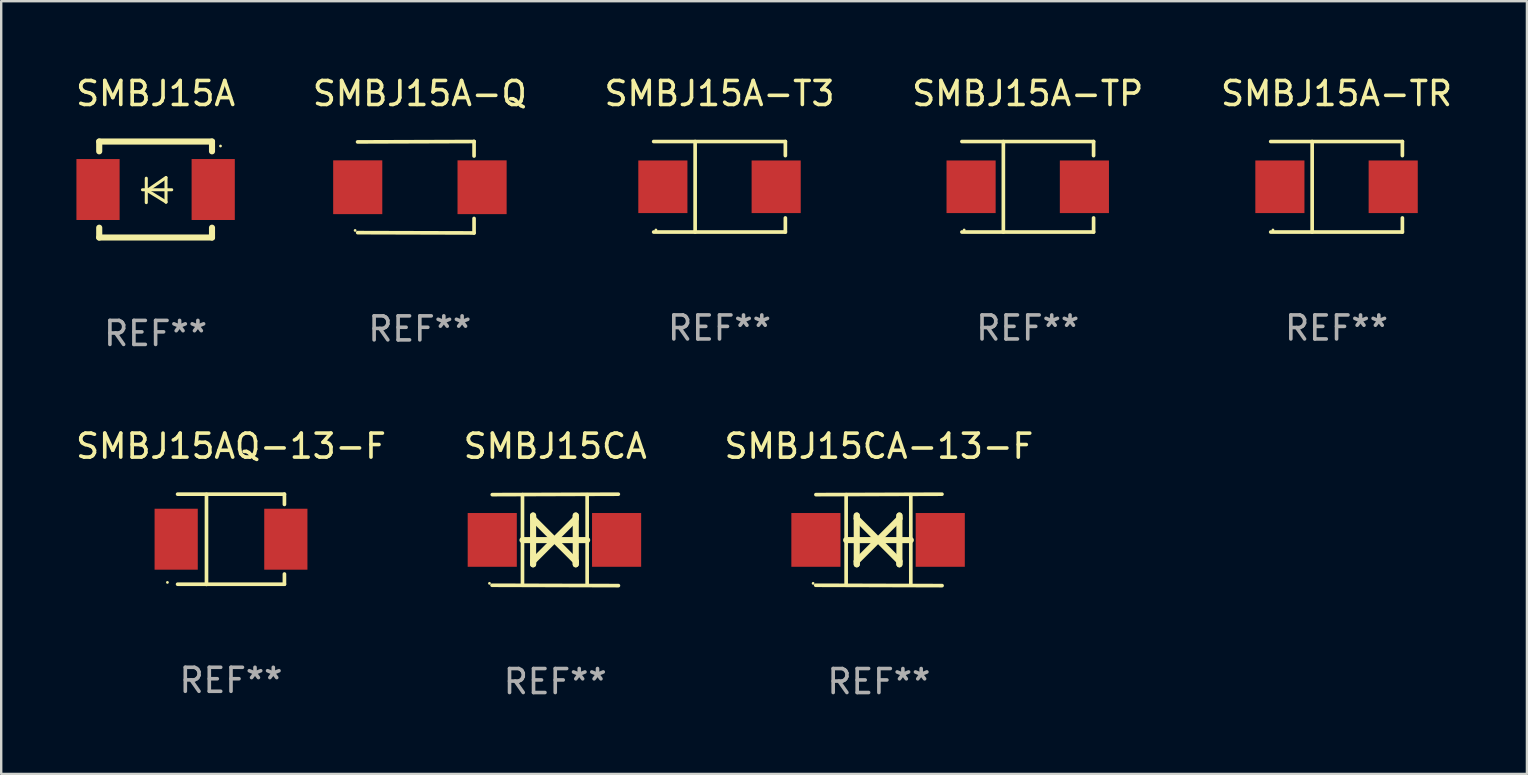
<source format=kicad_pcb>
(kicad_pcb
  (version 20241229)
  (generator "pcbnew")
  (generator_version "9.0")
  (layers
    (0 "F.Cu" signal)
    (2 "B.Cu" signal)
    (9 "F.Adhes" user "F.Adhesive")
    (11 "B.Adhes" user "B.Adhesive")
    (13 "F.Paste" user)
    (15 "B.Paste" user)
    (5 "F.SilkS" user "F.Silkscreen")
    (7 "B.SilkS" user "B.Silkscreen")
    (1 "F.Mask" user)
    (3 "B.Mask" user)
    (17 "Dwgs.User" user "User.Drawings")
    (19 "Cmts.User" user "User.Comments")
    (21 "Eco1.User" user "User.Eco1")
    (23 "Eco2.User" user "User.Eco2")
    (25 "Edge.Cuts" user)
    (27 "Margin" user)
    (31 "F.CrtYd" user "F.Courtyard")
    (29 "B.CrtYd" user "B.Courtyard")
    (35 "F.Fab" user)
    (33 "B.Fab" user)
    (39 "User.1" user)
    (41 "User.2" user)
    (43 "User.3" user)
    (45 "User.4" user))
  (footprint "SMBJ15A-TP"
    (layer "F.Cu")
    (at 39.78 4.734)
    (property "Reference" "SMBJ15A-TP" (at 0 -3.886 0) (layer "F.SilkS") (effects (font (size 1 1) (thickness 0.15))))
    (attr through_hole)
    (fp_line (start -2.744 -1.886) (end 2.744 -1.886) (stroke (width 0.152) (type solid)) (layer "F.SilkS"))
    (fp_line (start -2.744 1.886) (end 2.744 1.886) (stroke (width 0.152) (type solid)) (layer "F.SilkS"))
    (fp_line (start -1.016 -1.886) (end -1.016 1.886) (stroke (width 0.152) (type solid)) (layer "F.SilkS"))
    (fp_line (start 2.744 -1.886) (end 2.744 -1.299) (stroke (width 0.152) (type solid)) (layer "F.SilkS"))
    (fp_line (start 2.744 1.886) (end 2.744 1.299) (stroke (width 0.152) (type solid)) (layer "F.SilkS"))
    (fp_circle (center -2.65 1.8) (end -2.62 1.8) (stroke (width 0.06) (type solid)) (fill no) (layer "F.SilkS"))
    (fp_text user "REF**" (at 0 5.886 0) (layer "F.Fab") (effects (font (size 1 1) (thickness 0.15))))
    (pad "1" smd rect (at -2.361 0) (size 2.047 2.192) (layers "F.Cu" "F.Mask" "F.Paste"))
    (pad "2" smd rect (at 2.361 0) (size 2.047 2.192) (layers "F.Cu" "F.Mask" "F.Paste")))
  (footprint "SMBJ15A-T3"
    (layer "F.Cu")
    (at 26.935 4.734)
    (property "Reference" "SMBJ15A-T3" (at 0 -3.886 0) (layer "F.SilkS") (effects (font (size 1 1) (thickness 0.15))))
    (attr through_hole)
    (fp_line (start -2.744 -1.886) (end 2.744 -1.886) (stroke (width 0.152) (type solid)) (layer "F.SilkS"))
    (fp_line (start -2.744 1.886) (end 2.744 1.886) (stroke (width 0.152) (type solid)) (layer "F.SilkS"))
    (fp_line (start -1.016 -1.886) (end -1.016 1.886) (stroke (width 0.152) (type solid)) (layer "F.SilkS"))
    (fp_line (start 2.744 -1.886) (end 2.744 -1.299) (stroke (width 0.152) (type solid)) (layer "F.SilkS"))
    (fp_line (start 2.744 1.886) (end 2.744 1.299) (stroke (width 0.152) (type solid)) (layer "F.SilkS"))
    (fp_circle (center -2.65 1.8) (end -2.62 1.8) (stroke (width 0.06) (type solid)) (fill no) (layer "F.SilkS"))
    (fp_text user "REF**" (at 0 5.886 0) (layer "F.Fab") (effects (font (size 1 1) (thickness 0.15))))
    (pad "1" smd rect (at -2.361 0) (size 2.047 2.192) (layers "F.Cu" "F.Mask" "F.Paste"))
    (pad "2" smd rect (at 2.361 0) (size 2.047 2.192) (layers "F.Cu" "F.Mask" "F.Paste")))
  (footprint "SMBJ15A-Q"
    (layer "F.Cu")
    (at 14.446 4.753)
    (property "Reference" "SMBJ15A-Q" (at 0 -3.905 0) (layer "F.SilkS") (effects (font (size 1 1) (thickness 0.15))))
    (attr through_hole)
    (fp_line (start 2.256 -1.905) (end -2.594 -1.889) (stroke (width 0.152) (type solid)) (layer "F.SilkS"))
    (fp_line (start 2.256 -1.905) (end 2.26 -1.905) (stroke (width 0.152) (type solid)) (layer "F.SilkS"))
    (fp_line (start 2.26 -1.905) (end 2.26 -1.301) (stroke (width 0.152) (type solid)) (layer "F.SilkS"))
    (fp_line (start 2.26 1.301) (end 2.26 1.905) (stroke (width 0.152) (type solid)) (layer "F.SilkS"))
    (fp_line (start 2.26 1.905) (end -2.59 1.892) (stroke (width 0.152) (type solid)) (layer "F.SilkS"))
    (fp_circle (center -2.697 1.8) (end -2.667 1.8) (stroke (width 0.06) (type solid)) (fill no) (layer "F.SilkS"))
    (fp_text user "REF**" (at 0 5.905 0) (layer "F.Fab") (effects (font (size 1 1) (thickness 0.15))))
    (pad "1" smd rect (at -2.588 0) (size 2.047 2.241) (layers "F.Cu" "F.Mask" "F.Paste"))
    (pad "2" smd rect (at 2.594 0) (size 2.047 2.241) (layers "F.Cu" "F.Mask" "F.Paste")))
  (footprint "SMBJ15A-TR"
    (layer "F.Cu")
    (at 52.649 4.734)
    (property "Reference" "SMBJ15A-TR" (at 0 -3.886 0) (layer "F.SilkS") (effects (font (size 1 1) (thickness 0.15))))
    (attr through_hole)
    (fp_line (start -2.744 -1.886) (end 2.744 -1.886) (stroke (width 0.152) (type solid)) (layer "F.SilkS"))
    (fp_line (start -2.744 1.886) (end 2.744 1.886) (stroke (width 0.152) (type solid)) (layer "F.SilkS"))
    (fp_line (start -1.016 -1.886) (end -1.016 1.886) (stroke (width 0.152) (type solid)) (layer "F.SilkS"))
    (fp_line (start 2.744 -1.886) (end 2.744 -1.299) (stroke (width 0.152) (type solid)) (layer "F.SilkS"))
    (fp_line (start 2.744 1.886) (end 2.744 1.299) (stroke (width 0.152) (type solid)) (layer "F.SilkS"))
    (fp_circle (center -2.65 1.8) (end -2.62 1.8) (stroke (width 0.06) (type solid)) (fill no) (layer "F.SilkS"))
    (fp_text user "REF**" (at 0 5.886 0) (layer "F.Fab") (effects (font (size 1 1) (thickness 0.15))))
    (pad "1" smd rect (at -2.361 0) (size 2.047 2.192) (layers "F.Cu" "F.Mask" "F.Paste"))
    (pad "2" smd rect (at 2.361 0) (size 2.047 2.192) (layers "F.Cu" "F.Mask" "F.Paste")))
  (footprint "SMBJ15CA"
    (layer "F.Cu")
    (at 20.089 19.45)
    (property "Reference" "SMBJ15CA" (at 0 -3.905 0) (layer "F.SilkS") (effects (font (size 1 1) (thickness 0.15))))
    (attr through_hole)
    (fp_line (start -1.365 1.886) (end -1.365 -1.886) (stroke (width 0.152) (type solid)) (layer "F.SilkS"))
    (fp_line (start -1.365 0.008) (end 1.33 0.008) (stroke (width 0.254) (type solid)) (layer "F.SilkS"))
    (fp_line (start -0.923 -1.016) (end -0.923 1.016) (stroke (width 0.254) (type solid)) (layer "F.SilkS"))
    (fp_line (start -0.923 -0.889) (end -0.923 -1.016) (stroke (width 0.254) (type solid)) (layer "F.SilkS"))
    (fp_line (start -0.923 0.889) (end -0.034 0) (stroke (width 0.254) (type solid)) (layer "F.SilkS"))
    (fp_line (start -0.923 1.016) (end -0.923 0.889) (stroke (width 0.254) (type solid)) (layer "F.SilkS"))
    (fp_line (start -0.034 0) (end -0.923 -0.889) (stroke (width 0.254) (type solid)) (layer "F.SilkS"))
    (fp_line (start -0.034 0) (end 0.855 0.889) (stroke (width 0.254) (type solid)) (layer "F.SilkS"))
    (fp_line (start 0.855 -1.016) (end 0.855 -0.889) (stroke (width 0.254) (type solid)) (layer "F.SilkS"))
    (fp_line (start 0.855 -0.889) (end -0.034 0) (stroke (width 0.254) (type solid)) (layer "F.SilkS"))
    (fp_line (start 0.855 0.889) (end 0.855 1.016) (stroke (width 0.254) (type solid)) (layer "F.SilkS"))
    (fp_line (start 0.855 1.016) (end 0.855 -1.016) (stroke (width 0.254) (type solid)) (layer "F.SilkS"))
    (fp_line (start 1.33 1.886) (end 1.33 -1.886) (stroke (width 0.152) (type solid)) (layer "F.SilkS"))
    (fp_line (start 2.629 -1.905) (end -2.625 -1.887) (stroke (width 0.152) (type solid)) (layer "F.SilkS"))
    (fp_line (start 2.633 1.905) (end -2.633 1.89) (stroke (width 0.152) (type solid)) (layer "F.SilkS"))
    (fp_circle (center -2.741 1.81) (end -2.711 1.81) (stroke (width 0.06) (type solid)) (fill no) (layer "F.SilkS"))
    (fp_text user "REF**" (at 0 5.905 0) (layer "F.Fab") (effects (font (size 1 1) (thickness 0.15))))
    (pad "1" smd rect (at -2.625 0) (size 2.047 2.241) (layers "F.Cu" "F.Mask" "F.Paste"))
    (pad "2" smd rect (at 2.557 0) (size 2.047 2.241) (layers "F.Cu" "F.Mask" "F.Paste")))
  (footprint "SMBJ15AQ-13-F"
    (layer "F.Cu")
    (at 6.577 19.424)
    (property "Reference" "SMBJ15AQ-13-F" (at 0 -3.88 0) (layer "F.SilkS") (effects (font (size 1 1) (thickness 0.15))))
    (attr through_hole)
    (fp_line (start -2.226 -1.88) (end 2.226 -1.88) (stroke (width 0.152) (type solid)) (layer "F.SilkS"))
    (fp_line (start -2.226 1.873) (end 2.226 1.873) (stroke (width 0.152) (type solid)) (layer "F.SilkS"))
    (fp_line (start -1.022 -1.873) (end -1.022 1.88) (stroke (width 0.152) (type solid)) (layer "F.SilkS"))
    (fp_line (start 2.226 -1.88) (end 2.226 -1.453) (stroke (width 0.152) (type solid)) (layer "F.SilkS"))
    (fp_line (start 2.226 1.447) (end 2.226 1.873) (stroke (width 0.152) (type solid)) (layer "F.SilkS"))
    (fp_circle (center -2.65 1.797) (end -2.62 1.797) (stroke (width 0.06) (type solid)) (fill no) (layer "F.SilkS"))
    (fp_text user "REF**" (at 0 5.88 0) (layer "F.Fab") (effects (font (size 1 1) (thickness 0.15))))
    (pad "1" smd rect (at -2.285 -0.003) (size 1.8 2.54) (layers "F.Cu" "F.Mask" "F.Paste"))
    (pad "2" smd rect (at 2.285 -0.003) (size 1.8 2.54) (layers "F.Cu" "F.Mask" "F.Paste")))
  (footprint "SMBJ15A"
    (layer "F.Cu")
    (at 3.435 4.848)
    (property "Reference" "SMBJ15A" (at 0 -4 0) (layer "F.SilkS") (effects (font (size 1 1) (thickness 0.15))))
    (attr through_hole)
    (fp_line (start -2.35 -2) (end -2.35 -1.591) (stroke (width 0.254) (type solid)) (layer "F.SilkS"))
    (fp_line (start -2.35 -2) (end 2.35 -2) (stroke (width 0.254) (type solid)) (layer "F.SilkS"))
    (fp_line (start -2.35 1.591) (end -2.35 2) (stroke (width 0.254) (type solid)) (layer "F.SilkS"))
    (fp_line (start -2.35 2) (end 2.35 2) (stroke (width 0.254) (type solid)) (layer "F.SilkS"))
    (fp_line (start -0.548 0.01) (end 0.671 0.01) (stroke (width 0.127) (type solid)) (layer "F.SilkS"))
    (fp_line (start -0.389 -0.47) (end -0.389 0.546) (stroke (width 0.127) (type solid)) (layer "F.SilkS"))
    (fp_line (start -0.35 0.04) (end 0.433 0.52) (stroke (width 0.127) (type solid)) (layer "F.SilkS"))
    (fp_line (start 0.433 -0.5) (end -0.35 0.04) (stroke (width 0.127) (type solid)) (layer "F.SilkS"))
    (fp_line (start 0.433 0.53) (end 0.433 -0.486) (stroke (width 0.127) (type solid)) (layer "F.SilkS"))
    (fp_line (start 2.35 -2) (end 2.35 -1.591) (stroke (width 0.254) (type solid)) (layer "F.SilkS"))
    (fp_line (start 2.35 1.591) (end 2.35 2) (stroke (width 0.254) (type solid)) (layer "F.SilkS"))
    (fp_circle (center 2.704 -1.813) (end 2.734 -1.813) (stroke (width 0.06) (type solid)) (fill no) (layer "F.SilkS"))
    (fp_text user "REF**" (at 0 6 0) (layer "F.Fab") (effects (font (size 1 1) (thickness 0.15))))
    (pad "1" smd rect (at 2.4 0) (size 1.8 2.54) (layers "F.Cu" "F.Mask" "F.Paste"))
    (pad "2" smd rect (at -2.4 0) (size 1.8 2.54) (layers "F.Cu" "F.Mask" "F.Paste")))
  (footprint "SMBJ15CA-13-F"
    (layer "F.Cu")
    (at 33.577 19.45)
    (property "Reference" "SMBJ15CA-13-F" (at 0 -3.905 0) (layer "F.SilkS") (effects (font (size 1 1) (thickness 0.15))))
    (attr through_hole)
    (fp_line (start -1.365 1.886) (end -1.365 -1.886) (stroke (width 0.152) (type solid)) (layer "F.SilkS"))
    (fp_line (start -1.365 0.008) (end 1.33 0.008) (stroke (width 0.254) (type solid)) (layer "F.SilkS"))
    (fp_line (start -0.923 -1.016) (end -0.923 1.016) (stroke (width 0.254) (type solid)) (layer "F.SilkS"))
    (fp_line (start -0.923 -0.889) (end -0.923 -1.016) (stroke (width 0.254) (type solid)) (layer "F.SilkS"))
    (fp_line (start -0.923 0.889) (end -0.034 0) (stroke (width 0.254) (type solid)) (layer "F.SilkS"))
    (fp_line (start -0.923 1.016) (end -0.923 0.889) (stroke (width 0.254) (type solid)) (layer "F.SilkS"))
    (fp_line (start -0.034 0) (end -0.923 -0.889) (stroke (width 0.254) (type solid)) (layer "F.SilkS"))
    (fp_line (start -0.034 0) (end 0.855 0.889) (stroke (width 0.254) (type solid)) (layer "F.SilkS"))
    (fp_line (start 0.855 -1.016) (end 0.855 -0.889) (stroke (width 0.254) (type solid)) (layer "F.SilkS"))
    (fp_line (start 0.855 -0.889) (end -0.034 0) (stroke (width 0.254) (type solid)) (layer "F.SilkS"))
    (fp_line (start 0.855 0.889) (end 0.855 1.016) (stroke (width 0.254) (type solid)) (layer "F.SilkS"))
    (fp_line (start 0.855 1.016) (end 0.855 -1.016) (stroke (width 0.254) (type solid)) (layer "F.SilkS"))
    (fp_line (start 1.33 1.886) (end 1.33 -1.886) (stroke (width 0.152) (type solid)) (layer "F.SilkS"))
    (fp_line (start 2.629 -1.905) (end -2.625 -1.887) (stroke (width 0.152) (type solid)) (layer "F.SilkS"))
    (fp_line (start 2.633 1.905) (end -2.633 1.89) (stroke (width 0.152) (type solid)) (layer "F.SilkS"))
    (fp_circle (center -2.741 1.81) (end -2.711 1.81) (stroke (width 0.06) (type solid)) (fill no) (layer "F.SilkS"))
    (fp_text user "REF**" (at 0 5.905 0) (layer "F.Fab") (effects (font (size 1 1) (thickness 0.15))))
    (pad "1" smd rect (at -2.625 0) (size 2.047 2.241) (layers "F.Cu" "F.Mask" "F.Paste"))
    (pad "2" smd rect (at 2.557 0) (size 2.047 2.241) (layers "F.Cu" "F.Mask" "F.Paste")))
  (gr_rect
    (start -3 -3)
    (end 60.583 29.203)
    (stroke (width 0.1) (type default))
    (fill no)
    (layer "Edge.Cuts")))
</source>
